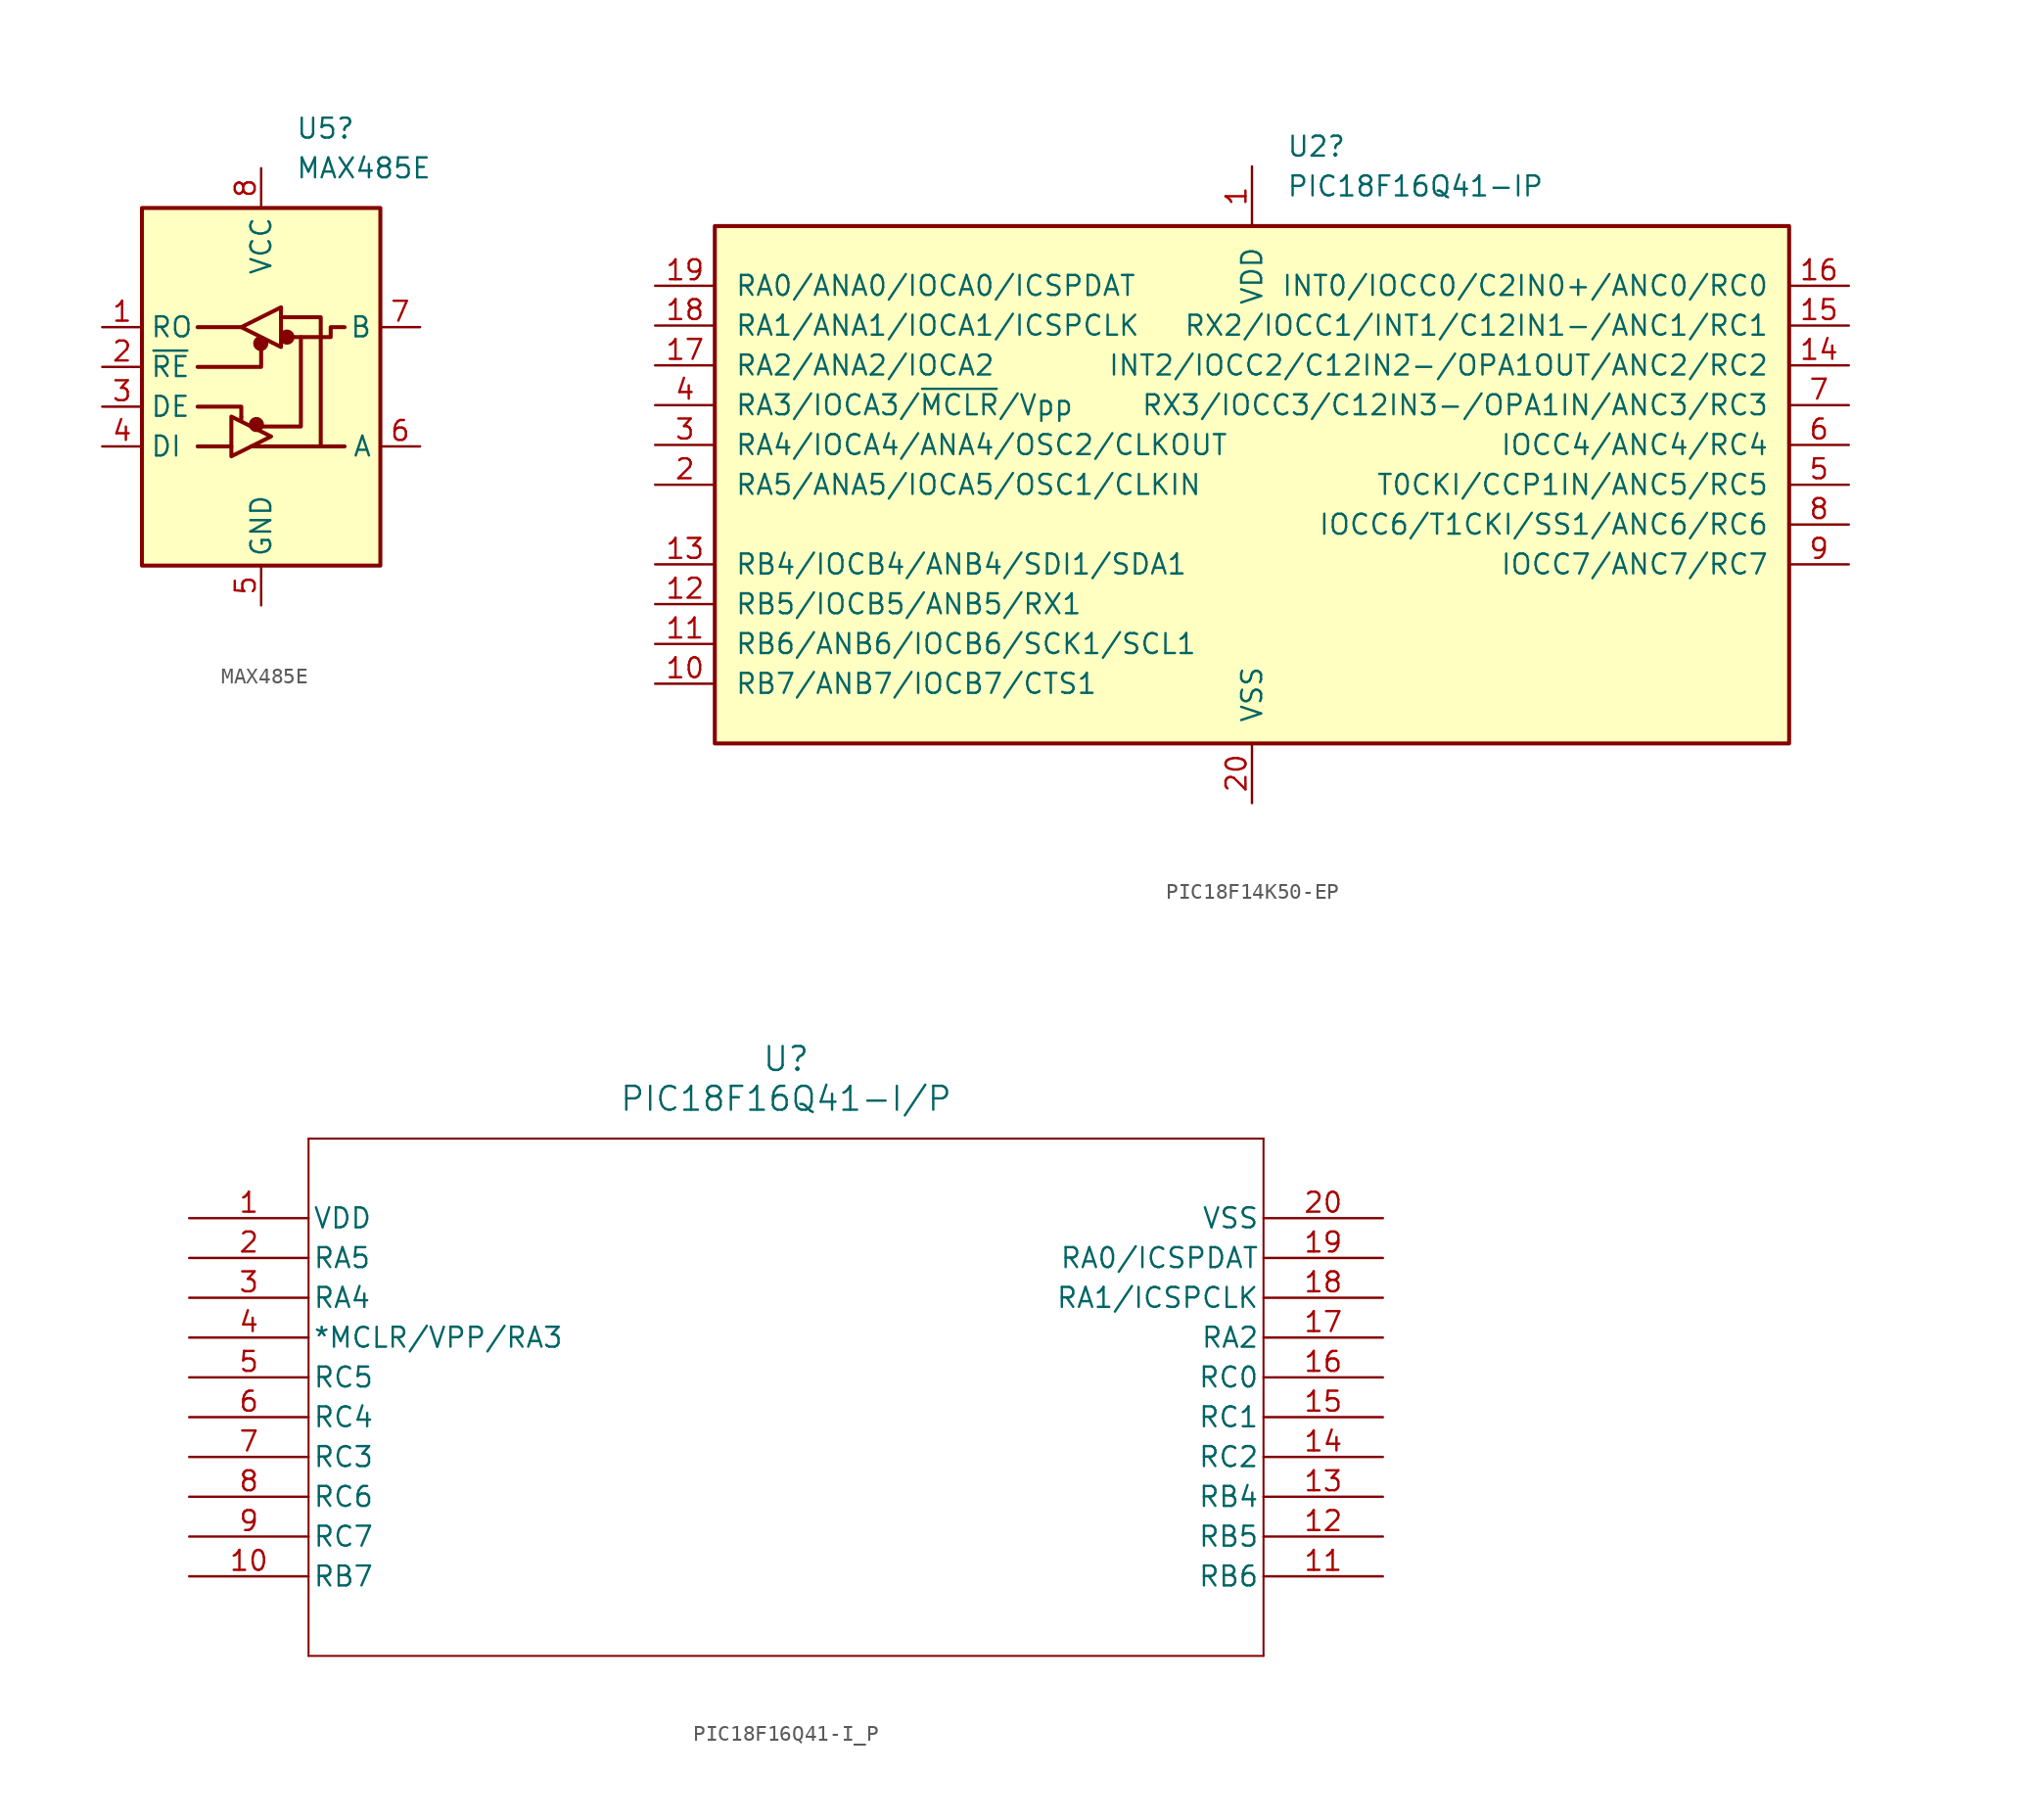
<source format=kicad_sym>
(kicad_symbol_lib
  (version 20220914)
  (generator kicad_symbol_editor)
  (symbol "MAX485E"
    (property "Reference" "U5"
      (at 2.194 15.24 0)
      (effects (font (size 1.27 1.27)) (justify left)))
    (property "Value" "MAX485E"
      (at 2.194 12.7 0)
      (effects (font (size 1.27 1.27)) (justify left)))
    (symbol "MAX485E_0_1"
      (rectangle (start -7.62 10.16) (end 7.62 -12.7) (stroke (width 0.254) (type default)) (fill (type background)))
      (circle (center -0.305 -3.683) (radius 0.356) (stroke (width 0.254) (type default)) (fill (type outline)))
      (circle (center -0.025 1.499) (radius 0.356) (stroke (width 0.254) (type default)) (fill (type outline)))
      (polyline (pts (xy -4.064 -5.08) (xy -1.905 -5.08)) (stroke (width 0.254) (type default)) (fill (type none)))
      (polyline (pts (xy -4.064 2.54) (xy -1.27 2.54)) (stroke (width 0.254) (type default)) (fill (type none)))
      (polyline (pts (xy -1.27 -3.2) (xy -1.27 -3.454)) (stroke (width 0.254) (type default)) (fill (type none)))
      (polyline (pts (xy -0.635 -5.08) (xy 5.334 -5.08)) (stroke (width 0.254) (type default)) (fill (type none)))
      (polyline (pts (xy -4.064 -2.54) (xy -1.27 -2.54) (xy -1.27 -3.175)) (stroke (width 0.254) (type default)) (fill (type none)))
      (polyline (pts (xy 0 1.27) (xy 0 0) (xy -4.064 0)) (stroke (width 0.254) (type default)) (fill (type none)))
      (polyline (pts (xy 1.27 3.175) (xy 3.81 3.175) (xy 3.81 -5.08)) (stroke (width 0.254) (type default)) (fill (type none)))
      (polyline (pts (xy 2.54 1.905) (xy 2.54 -3.81) (xy 0 -3.81)) (stroke (width 0.254) (type default)) (fill (type none)))
      (polyline (pts (xy -1.905 -3.175) (xy -1.905 -5.715) (xy 0.635 -4.445) (xy -1.905 -3.175)) (stroke (width 0.254) (type default)) (fill (type none)))
      (polyline (pts (xy -1.27 2.54) (xy 1.27 3.81) (xy 1.27 1.27) (xy -1.27 2.54)) (stroke (width 0.254) (type default)) (fill (type none)))
      (polyline (pts (xy 1.905 1.905) (xy 4.445 1.905) (xy 4.445 2.54) (xy 5.334 2.54)) (stroke (width 0.254) (type default)) (fill (type none)))
      (rectangle (start 1.27 3.175) (end 1.27 3.175) (stroke (width 0) (type default)) (fill (type none)))
      (circle (center 1.651 1.905) (radius 0.356) (stroke (width 0.254) (type default)) (fill (type outline))))
    (symbol "MAX485E_1_1"
      (pin output line (at -10.16 2.54 0) (length 2.54) (name "RO" (effects (font (size 1.27 1.27)))) (number "1" (effects (font (size 1.27 1.27)))))
      (pin input line (at -10.16 0 0) (length 2.54) (name "~{RE}" (effects (font (size 1.27 1.27)))) (number "2" (effects (font (size 1.27 1.27)))))
      (pin input line (at -10.16 -2.54 0) (length 2.54) (name "DE" (effects (font (size 1.27 1.27)))) (number "3" (effects (font (size 1.27 1.27)))))
      (pin input line (at -10.16 -5.08 0) (length 2.54) (name "DI" (effects (font (size 1.27 1.27)))) (number "4" (effects (font (size 1.27 1.27)))))
      (pin power_in line (at 0 -15.24 90) (length 2.54) (name "GND" (effects (font (size 1.27 1.27)))) (number "5" (effects (font (size 1.27 1.27)))))
      (pin bidirectional line (at 10.16 -5.08 180) (length 2.54) (name "A" (effects (font (size 1.27 1.27)))) (number "6" (effects (font (size 1.27 1.27)))))
      (pin bidirectional line (at 10.16 2.54 180) (length 2.54) (name "B" (effects (font (size 1.27 1.27)))) (number "7" (effects (font (size 1.27 1.27)))))
      (pin power_in line (at 0 12.7 270) (length 2.54) (name "VCC" (effects (font (size 1.27 1.27)))) (number "8" (effects (font (size 1.27 1.27)))))))
  (symbol "PIC18F14K50-EP"
    (pin_names
      (offset 1.27))
    (property "Reference" "U2"
      (at 2.194 21.59 0)
      (effects (font (size 1.27 1.27)) (justify left)))
    (property "Value" "PIC18F16Q41-IP"
      (at 2.194 19.05 0)
      (effects (font (size 1.27 1.27)) (justify left)))
    (symbol "PIC18F14K50-EP_0_1"
      (rectangle (start -34.29 16.51) (end 34.29 -16.51) (stroke (width 0.254) (type default)) (fill (type background))))
    (symbol "PIC18F14K50-EP_1_1"
      (pin power_in line (at 0 20.32 270) (length 3.81) (name "VDD" (effects (font (size 1.27 1.27)))) (number "1" (effects (font (size 1.27 1.27)))))
      (pin bidirectional line (at -38.1 -12.7 0) (length 3.81) (name "RB7/ANB7/IOCB7/CTS1" (effects (font (size 1.27 1.27)))) (number "10" (effects (font (size 1.27 1.27)))))
      (pin bidirectional line (at -38.1 -10.16 0) (length 3.81) (name "RB6/ANB6/IOCB6/SCK1/SCL1" (effects (font (size 1.27 1.27)))) (number "11" (effects (font (size 1.27 1.27)))))
      (pin bidirectional line (at -38.1 -7.62 0) (length 3.81) (name "RB5/IOCB5/ANB5/RX1" (effects (font (size 1.27 1.27)))) (number "12" (effects (font (size 1.27 1.27)))))
      (pin bidirectional line (at -38.1 -5.08 0) (length 3.81) (name "RB4/IOCB4/ANB4/SDI1/SDA1" (effects (font (size 1.27 1.27)))) (number "13" (effects (font (size 1.27 1.27)))))
      (pin bidirectional line (at 38.1 7.62 180) (length 3.81) (name "INT2/IOCC2/C12IN2-/OPA1OUT/ANC2/RC2" (effects (font (size 1.27 1.27)))) (number "14" (effects (font (size 1.27 1.27)))))
      (pin bidirectional line (at 38.1 10.16 180) (length 3.81) (name "RX2/IOCC1/INT1/C12IN1-/ANC1/RC1" (effects (font (size 1.27 1.27)))) (number "15" (effects (font (size 1.27 1.27)))))
      (pin bidirectional line (at 38.1 12.7 180) (length 3.81) (name "INT0/IOCC0/C2IN0+/ANC0/RC0" (effects (font (size 1.27 1.27)))) (number "16" (effects (font (size 1.27 1.27)))))
      (pin bidirectional line (at -38.1 7.62 0) (length 3.81) (name "RA2/ANA2/IOCA2" (effects (font (size 1.27 1.27)))) (number "17" (effects (font (size 1.27 1.27)))))
      (pin bidirectional line (at -38.1 10.16 0) (length 3.81) (name "RA1/ANA1/IOCA1/ICSPCLK" (effects (font (size 1.27 1.27)))) (number "18" (effects (font (size 1.27 1.27)))))
      (pin bidirectional line (at -38.1 12.7 0) (length 3.81) (name "RA0/ANA0/IOCA0/ICSPDAT" (effects (font (size 1.27 1.27)))) (number "19" (effects (font (size 1.27 1.27)))))
      (pin bidirectional line (at -38.1 0 0) (length 3.81) (name "RA5/ANA5/IOCA5/OSC1/CLKIN" (effects (font (size 1.27 1.27)))) (number "2" (effects (font (size 1.27 1.27)))))
      (pin power_in line (at 0 -20.32 90) (length 3.81) (name "VSS" (effects (font (size 1.27 1.27)))) (number "20" (effects (font (size 1.27 1.27)))))
      (pin bidirectional line (at -38.1 2.54 0) (length 3.81) (name "RA4/IOCA4/ANA4/OSC2/CLKOUT" (effects (font (size 1.27 1.27)))) (number "3" (effects (font (size 1.27 1.27)))))
      (pin input line (at -38.1 5.08 0) (length 3.81) (name "RA3/IOCA3/~{MCLR}/Vpp" (effects (font (size 1.27 1.27)))) (number "4" (effects (font (size 1.27 1.27)))))
      (pin bidirectional line (at 38.1 0 180) (length 3.81) (name "T0CKI/CCP1IN/ANC5/RC5" (effects (font (size 1.27 1.27)))) (number "5" (effects (font (size 1.27 1.27)))))
      (pin bidirectional line (at 38.1 2.54 180) (length 3.81) (name "IOCC4/ANC4/RC4" (effects (font (size 1.27 1.27)))) (number "6" (effects (font (size 1.27 1.27)))))
      (pin bidirectional line (at 38.1 5.08 180) (length 3.81) (name "RX3/IOCC3/C12IN3-/OPA1IN/ANC3/RC3" (effects (font (size 1.27 1.27)))) (number "7" (effects (font (size 1.27 1.27)))))
      (pin bidirectional line (at 38.1 -2.54 180) (length 3.81) (name "IOCC6/T1CKI/SS1/ANC6/RC6" (effects (font (size 1.27 1.27)))) (number "8" (effects (font (size 1.27 1.27)))))
      (pin bidirectional line (at 38.1 -5.08 180) (length 3.81) (name "IOCC7/ANC7/RC7" (effects (font (size 1.27 1.27)))) (number "9" (effects (font (size 1.27 1.27)))))))
  (symbol "PIC18F16Q41-I_P"
    (pin_names
      (offset 0.254))
    (property "Reference" "U"
      (at 38.1 10.16 0)
      (effects (font (size 1.524 1.524))))
    (property "Value" "PIC18F16Q41-I/P"
      (at 38.1 7.62 0)
      (effects (font (size 1.524 1.524))))
    (property "ki_locked" ""
      (at 0 0 0)
      (effects (font (size 1.27 1.27))))
    (symbol "PIC18F16Q41-I_P_0_1"
      (polyline (pts (xy 7.62 -27.94) (xy 68.58 -27.94)) (stroke (width 0.127) (type default)) (fill (type none)))
      (polyline (pts (xy 7.62 5.08) (xy 7.62 -27.94)) (stroke (width 0.127) (type default)) (fill (type none)))
      (polyline (pts (xy 68.58 -27.94) (xy 68.58 5.08)) (stroke (width 0.127) (type default)) (fill (type none)))
      (polyline (pts (xy 68.58 5.08) (xy 7.62 5.08)) (stroke (width 0.127) (type default)) (fill (type none)))
      (pin power_in line (at 0 0 0) (length 7.62) (name "VDD" (effects (font (size 1.27 1.27)))) (number "1" (effects (font (size 1.27 1.27)))))
      (pin bidirectional line (at 0 -22.86 0) (length 7.62) (name "RB7" (effects (font (size 1.27 1.27)))) (number "10" (effects (font (size 1.27 1.27)))))
      (pin bidirectional line (at 76.2 -22.86 180) (length 7.62) (name "RB6" (effects (font (size 1.27 1.27)))) (number "11" (effects (font (size 1.27 1.27)))))
      (pin bidirectional line (at 76.2 -20.32 180) (length 7.62) (name "RB5" (effects (font (size 1.27 1.27)))) (number "12" (effects (font (size 1.27 1.27)))))
      (pin bidirectional line (at 76.2 -17.78 180) (length 7.62) (name "RB4" (effects (font (size 1.27 1.27)))) (number "13" (effects (font (size 1.27 1.27)))))
      (pin bidirectional line (at 76.2 -15.24 180) (length 7.62) (name "RC2" (effects (font (size 1.27 1.27)))) (number "14" (effects (font (size 1.27 1.27)))))
      (pin bidirectional line (at 76.2 -12.7 180) (length 7.62) (name "RC1" (effects (font (size 1.27 1.27)))) (number "15" (effects (font (size 1.27 1.27)))))
      (pin bidirectional line (at 76.2 -10.16 180) (length 7.62) (name "RC0" (effects (font (size 1.27 1.27)))) (number "16" (effects (font (size 1.27 1.27)))))
      (pin bidirectional line (at 76.2 -7.62 180) (length 7.62) (name "RA2" (effects (font (size 1.27 1.27)))) (number "17" (effects (font (size 1.27 1.27)))))
      (pin bidirectional line (at 76.2 -5.08 180) (length 7.62) (name "RA1/ICSPCLK" (effects (font (size 1.27 1.27)))) (number "18" (effects (font (size 1.27 1.27)))))
      (pin bidirectional line (at 76.2 -2.54 180) (length 7.62) (name "RA0/ICSPDAT" (effects (font (size 1.27 1.27)))) (number "19" (effects (font (size 1.27 1.27)))))
      (pin bidirectional line (at 0 -2.54 0) (length 7.62) (name "RA5" (effects (font (size 1.27 1.27)))) (number "2" (effects (font (size 1.27 1.27)))))
      (pin power_out line (at 76.2 0 180) (length 7.62) (name "VSS" (effects (font (size 1.27 1.27)))) (number "20" (effects (font (size 1.27 1.27)))))
      (pin bidirectional line (at 0 -5.08 0) (length 7.62) (name "RA4" (effects (font (size 1.27 1.27)))) (number "3" (effects (font (size 1.27 1.27)))))
      (pin bidirectional line (at 0 -7.62 0) (length 7.62) (name "*MCLR/VPP/RA3" (effects (font (size 1.27 1.27)))) (number "4" (effects (font (size 1.27 1.27)))))
      (pin bidirectional line (at 0 -10.16 0) (length 7.62) (name "RC5" (effects (font (size 1.27 1.27)))) (number "5" (effects (font (size 1.27 1.27)))))
      (pin bidirectional line (at 0 -12.7 0) (length 7.62) (name "RC4" (effects (font (size 1.27 1.27)))) (number "6" (effects (font (size 1.27 1.27)))))
      (pin bidirectional line (at 0 -15.24 0) (length 7.62) (name "RC3" (effects (font (size 1.27 1.27)))) (number "7" (effects (font (size 1.27 1.27)))))
      (pin bidirectional line (at 0 -17.78 0) (length 7.62) (name "RC6" (effects (font (size 1.27 1.27)))) (number "8" (effects (font (size 1.27 1.27)))))
      (pin bidirectional line (at 0 -20.32 0) (length 7.62) (name "RC7" (effects (font (size 1.27 1.27)))) (number "9" (effects (font (size 1.27 1.27))))))))
</source>
